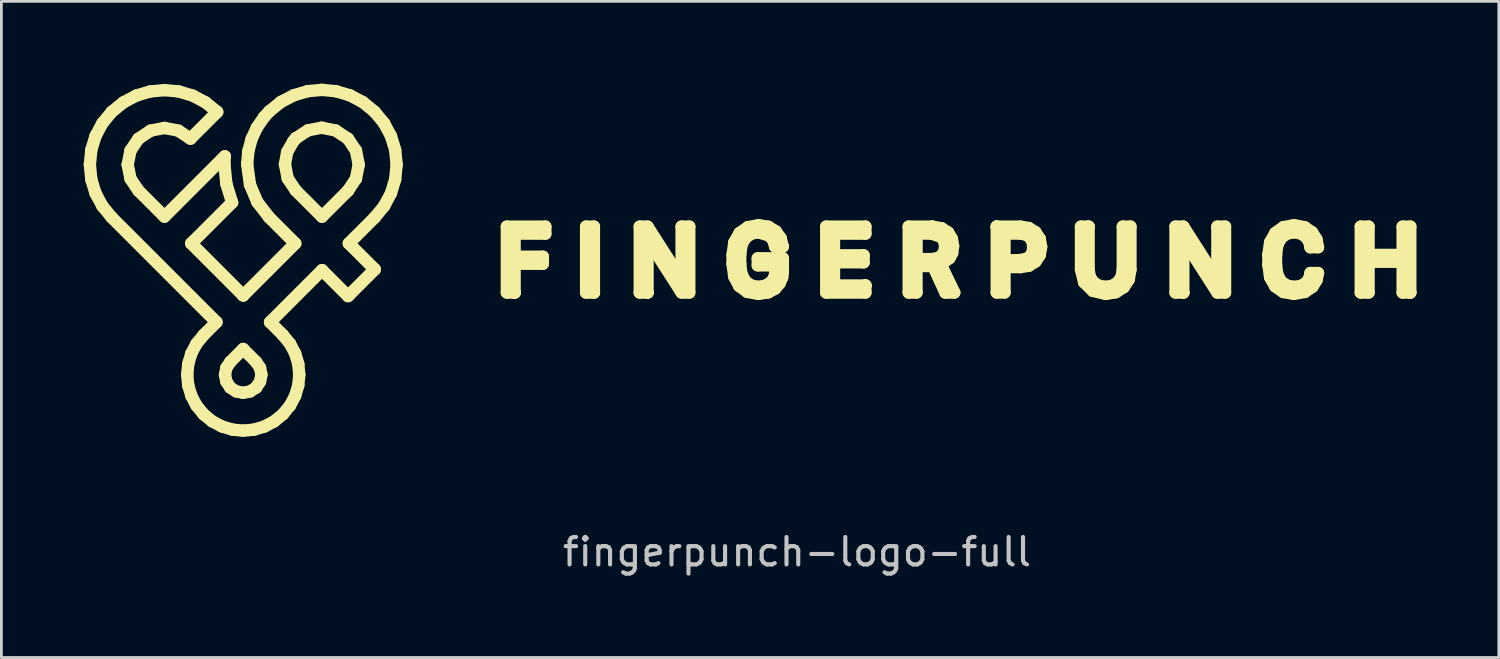
<source format=kicad_pcb>
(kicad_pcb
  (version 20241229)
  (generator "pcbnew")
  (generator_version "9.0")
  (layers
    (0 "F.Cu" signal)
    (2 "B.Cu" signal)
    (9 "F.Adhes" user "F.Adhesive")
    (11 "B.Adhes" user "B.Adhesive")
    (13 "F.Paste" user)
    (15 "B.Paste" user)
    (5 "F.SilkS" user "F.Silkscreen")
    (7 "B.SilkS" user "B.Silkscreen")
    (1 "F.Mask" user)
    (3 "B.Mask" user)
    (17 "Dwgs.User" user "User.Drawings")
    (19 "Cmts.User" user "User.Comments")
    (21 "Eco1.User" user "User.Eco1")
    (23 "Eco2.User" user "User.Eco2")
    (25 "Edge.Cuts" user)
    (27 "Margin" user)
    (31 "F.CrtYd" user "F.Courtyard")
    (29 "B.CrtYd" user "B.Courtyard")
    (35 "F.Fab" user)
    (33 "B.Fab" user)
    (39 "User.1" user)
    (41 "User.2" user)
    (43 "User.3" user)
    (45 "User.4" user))
  (footprint "fingerpunch-logo-full"
    (layer "F.Cu")
    (at 25.591 7.663)
    (property "Reference" "fingerpunch-logo-full" (at 0.4 9.4 0) (unlocked yes) (layer "Dwgs.User") (effects (font (size 1 1) (thickness 0.15))))
    (fp_line (start -25.366 -4.713) (end -25.314 -4.178) (stroke (width 0.45) (type solid)) (layer "F.SilkS"))
    (fp_line (start -25.314 -5.247) (end -25.366 -4.713) (stroke (width 0.45) (type solid)) (layer "F.SilkS"))
    (fp_line (start -25.314 -4.178) (end -25.161 -3.672) (stroke (width 0.45) (type solid)) (layer "F.SilkS"))
    (fp_line (start -25.161 -5.753) (end -25.314 -5.247) (stroke (width 0.45) (type solid)) (layer "F.SilkS"))
    (fp_line (start -25.161 -3.672) (end -24.911 -3.205) (stroke (width 0.45) (type solid)) (layer "F.SilkS"))
    (fp_line (start -24.911 -6.22) (end -25.161 -5.753) (stroke (width 0.45) (type solid)) (layer "F.SilkS"))
    (fp_line (start -24.911 -3.205) (end -24.57 -2.791) (stroke (width 0.45) (type solid)) (layer "F.SilkS"))
    (fp_line (start -24.57 -6.635) (end -24.911 -6.22) (stroke (width 0.45) (type solid)) (layer "F.SilkS"))
    (fp_line (start -24.57 -2.791) (end -20.753 1.026) (stroke (width 0.45) (type solid)) (layer "F.SilkS"))
    (fp_line (start -24.144 -6.982) (end -24.57 -6.635) (stroke (width 0.45) (type solid)) (layer "F.SilkS"))
    (fp_line (start -23.988 -4.713) (end -23.886 -5.226) (stroke (width 0.45) (type solid)) (layer "F.SilkS"))
    (fp_line (start -23.886 -5.226) (end -23.595 -5.659) (stroke (width 0.45) (type solid)) (layer "F.SilkS"))
    (fp_line (start -23.886 -4.2) (end -23.988 -4.713) (stroke (width 0.45) (type solid)) (layer "F.SilkS"))
    (fp_line (start -23.672 -7.231) (end -24.144 -6.982) (stroke (width 0.45) (type solid)) (layer "F.SilkS"))
    (fp_line (start -23.595 -5.659) (end -23.152 -5.953) (stroke (width 0.45) (type solid)) (layer "F.SilkS"))
    (fp_line (start -23.595 -3.766) (end -23.886 -4.2) (stroke (width 0.45) (type solid)) (layer "F.SilkS"))
    (fp_line (start -23.167 -7.38) (end -23.672 -7.231) (stroke (width 0.45) (type solid)) (layer "F.SilkS"))
    (fp_line (start -23.152 -5.953) (end -22.648 -6.051) (stroke (width 0.45) (type solid)) (layer "F.SilkS"))
    (fp_line (start -22.648 -2.819) (end -23.595 -3.766) (stroke (width 0.45) (type solid)) (layer "F.SilkS"))
    (fp_line (start -22.648 -7.429) (end -23.167 -7.38) (stroke (width 0.45) (type solid)) (layer "F.SilkS"))
    (fp_line (start -22.648 -6.051) (end -22.143 -5.953) (stroke (width 0.45) (type solid)) (layer "F.SilkS"))
    (fp_line (start -22.143 -5.953) (end -21.7 -5.659) (stroke (width 0.45) (type solid)) (layer "F.SilkS"))
    (fp_line (start -22.128 -7.38) (end -22.648 -7.429) (stroke (width 0.45) (type solid)) (layer "F.SilkS"))
    (fp_line (start -21.819 2.939) (end -21.781 3.33) (stroke (width 0.45) (type solid)) (layer "F.SilkS"))
    (fp_line (start -21.781 2.549) (end -21.819 2.939) (stroke (width 0.45) (type solid)) (layer "F.SilkS"))
    (fp_line (start -21.781 3.33) (end -21.669 3.708) (stroke (width 0.45) (type solid)) (layer "F.SilkS"))
    (fp_line (start -21.7 -5.659) (end -20.725 -6.635) (stroke (width 0.45) (type solid)) (layer "F.SilkS"))
    (fp_line (start -21.673 -1.842) (end -20.182 -3.334) (stroke (width 0.45) (type solid)) (layer "F.SilkS"))
    (fp_line (start -21.669 2.17) (end -21.781 2.549) (stroke (width 0.45) (type solid)) (layer "F.SilkS"))
    (fp_line (start -21.669 3.708) (end -21.483 4.063) (stroke (width 0.45) (type solid)) (layer "F.SilkS"))
    (fp_line (start -21.624 -7.231) (end -22.128 -7.38) (stroke (width 0.45) (type solid)) (layer "F.SilkS"))
    (fp_line (start -21.483 1.815) (end -21.669 2.17) (stroke (width 0.45) (type solid)) (layer "F.SilkS"))
    (fp_line (start -21.483 4.063) (end -21.222 4.383) (stroke (width 0.45) (type solid)) (layer "F.SilkS"))
    (fp_line (start -21.222 1.495) (end -21.483 1.815) (stroke (width 0.45) (type solid)) (layer "F.SilkS"))
    (fp_line (start -21.222 4.383) (end -20.902 4.645) (stroke (width 0.45) (type solid)) (layer "F.SilkS"))
    (fp_line (start -21.151 -6.982) (end -21.624 -7.231) (stroke (width 0.45) (type solid)) (layer "F.SilkS"))
    (fp_line (start -20.902 4.645) (end -20.546 4.831) (stroke (width 0.45) (type solid)) (layer "F.SilkS"))
    (fp_line (start -20.753 1.026) (end -21.222 1.495) (stroke (width 0.45) (type solid)) (layer "F.SilkS"))
    (fp_line (start -20.725 -6.635) (end -21.151 -6.982) (stroke (width 0.45) (type solid)) (layer "F.SilkS"))
    (fp_line (start -20.546 4.831) (end -20.168 4.943) (stroke (width 0.45) (type solid)) (layer "F.SilkS"))
    (fp_line (start -20.464 -4.734) (end -20.45 -5.017) (stroke (width 0.45) (type solid)) (layer "F.SilkS"))
    (fp_line (start -20.45 -5.017) (end -22.648 -2.819) (stroke (width 0.45) (type solid)) (layer "F.SilkS"))
    (fp_line (start -20.442 2.942) (end -20.393 2.692) (stroke (width 0.45) (type solid)) (layer "F.SilkS"))
    (fp_line (start -20.393 2.692) (end -20.248 2.473) (stroke (width 0.45) (type solid)) (layer "F.SilkS"))
    (fp_line (start -20.393 3.192) (end -20.442 2.942) (stroke (width 0.45) (type solid)) (layer "F.SilkS"))
    (fp_line (start -20.393 -4.014) (end -20.464 -4.734) (stroke (width 0.45) (type solid)) (layer "F.SilkS"))
    (fp_line (start -20.248 2.473) (end -19.78 2.004) (stroke (width 0.45) (type solid)) (layer "F.SilkS"))
    (fp_line (start -20.248 3.411) (end -20.393 3.192) (stroke (width 0.45) (type solid)) (layer "F.SilkS"))
    (fp_line (start -20.182 -3.334) (end -20.393 -4.014) (stroke (width 0.45) (type solid)) (layer "F.SilkS"))
    (fp_line (start -20.168 4.943) (end -19.777 4.98) (stroke (width 0.45) (type solid)) (layer "F.SilkS"))
    (fp_line (start -20.031 3.552) (end -20.248 3.411) (stroke (width 0.45) (type solid)) (layer "F.SilkS"))
    (fp_line (start -19.78 2.004) (end -19.311 2.473) (stroke (width 0.45) (type solid)) (layer "F.SilkS"))
    (fp_line (start -19.779 3.6) (end -20.031 3.552) (stroke (width 0.45) (type solid)) (layer "F.SilkS"))
    (fp_line (start -19.778 0.053) (end -21.673 -1.842) (stroke (width 0.45) (type solid)) (layer "F.SilkS"))
    (fp_line (start -19.778 0.053) (end -19.778 0.053) (stroke (width 0.45) (type solid)) (layer "F.SilkS"))
    (fp_line (start -19.777 4.98) (end -19.386 4.943) (stroke (width 0.45) (type solid)) (layer "F.SilkS"))
    (fp_line (start -19.634 -4.731) (end -19.531 -3.982) (stroke (width 0.45) (type solid)) (layer "F.SilkS"))
    (fp_line (start -19.593 -5.198) (end -19.634 -4.731) (stroke (width 0.45) (type solid)) (layer "F.SilkS"))
    (fp_line (start -19.531 -3.982) (end -19.264 -3.35) (stroke (width 0.45) (type solid)) (layer "F.SilkS"))
    (fp_line (start -19.527 3.552) (end -19.779 3.6) (stroke (width 0.45) (type solid)) (layer "F.SilkS"))
    (fp_line (start -19.474 -5.645) (end -19.593 -5.198) (stroke (width 0.45) (type solid)) (layer "F.SilkS"))
    (fp_line (start -19.386 4.943) (end -19.008 4.831) (stroke (width 0.45) (type solid)) (layer "F.SilkS"))
    (fp_line (start -19.311 2.473) (end -19.164 2.692) (stroke (width 0.45) (type solid)) (layer "F.SilkS"))
    (fp_line (start -19.31 3.411) (end -19.527 3.552) (stroke (width 0.45) (type solid)) (layer "F.SilkS"))
    (fp_line (start -19.31 3.411) (end -19.31 3.411) (stroke (width 0.45) (type solid)) (layer "F.SilkS"))
    (fp_line (start -19.281 -6.063) (end -19.474 -5.645) (stroke (width 0.45) (type solid)) (layer "F.SilkS"))
    (fp_line (start -19.264 -3.35) (end -18.838 -2.799) (stroke (width 0.45) (type solid)) (layer "F.SilkS"))
    (fp_line (start -19.164 2.692) (end -19.115 2.941) (stroke (width 0.45) (type solid)) (layer "F.SilkS"))
    (fp_line (start -19.164 3.191) (end -19.31 3.411) (stroke (width 0.45) (type solid)) (layer "F.SilkS"))
    (fp_line (start -19.115 2.941) (end -19.164 3.191) (stroke (width 0.45) (type solid)) (layer "F.SilkS"))
    (fp_line (start -19.018 -6.445) (end -19.281 -6.063) (stroke (width 0.45) (type solid)) (layer "F.SilkS"))
    (fp_line (start -19.008 4.831) (end -18.653 4.645) (stroke (width 0.45) (type solid)) (layer "F.SilkS"))
    (fp_line (start -18.838 -2.799) (end -17.882 -1.842) (stroke (width 0.45) (type solid)) (layer "F.SilkS"))
    (fp_line (start -18.826 -6.657) (end -19.018 -6.445) (stroke (width 0.45) (type solid)) (layer "F.SilkS"))
    (fp_line (start -18.8 1.026) (end -16.905 -0.869) (stroke (width 0.45) (type solid)) (layer "F.SilkS"))
    (fp_line (start -18.653 4.645) (end -18.332 4.383) (stroke (width 0.45) (type solid)) (layer "F.SilkS"))
    (fp_line (start -18.4 -7) (end -18.826 -6.657) (stroke (width 0.45) (type solid)) (layer "F.SilkS"))
    (fp_line (start -18.332 1.495) (end -18.8 1.026) (stroke (width 0.45) (type solid)) (layer "F.SilkS"))
    (fp_line (start -18.332 4.383) (end -18.071 4.063) (stroke (width 0.45) (type solid)) (layer "F.SilkS"))
    (fp_line (start -18.257 -4.727) (end -18.177 -5.173) (stroke (width 0.45) (type solid)) (layer "F.SilkS"))
    (fp_line (start -18.177 -5.173) (end -17.952 -5.564) (stroke (width 0.45) (type solid)) (layer "F.SilkS"))
    (fp_line (start -18.157 -4.211) (end -18.257 -4.727) (stroke (width 0.45) (type solid)) (layer "F.SilkS"))
    (fp_line (start -18.071 1.815) (end -18.332 1.495) (stroke (width 0.45) (type solid)) (layer "F.SilkS"))
    (fp_line (start -18.071 4.063) (end -17.884 3.708) (stroke (width 0.45) (type solid)) (layer "F.SilkS"))
    (fp_line (start -17.952 -5.564) (end -17.859 -5.675) (stroke (width 0.45) (type solid)) (layer "F.SilkS"))
    (fp_line (start -17.928 -7.244) (end -18.4 -7) (stroke (width 0.45) (type solid)) (layer "F.SilkS"))
    (fp_line (start -17.884 2.17) (end -18.071 1.815) (stroke (width 0.45) (type solid)) (layer "F.SilkS"))
    (fp_line (start -17.884 3.708) (end -17.772 3.33) (stroke (width 0.45) (type solid)) (layer "F.SilkS"))
    (fp_line (start -17.882 -1.842) (end -19.778 0.053) (stroke (width 0.45) (type solid)) (layer "F.SilkS"))
    (fp_line (start -17.865 -3.774) (end -18.157 -4.211) (stroke (width 0.45) (type solid)) (layer "F.SilkS"))
    (fp_line (start -17.859 -5.675) (end -17.856 -5.678) (stroke (width 0.45) (type solid)) (layer "F.SilkS"))
    (fp_line (start -17.856 -5.678) (end -17.419 -5.963) (stroke (width 0.45) (type solid)) (layer "F.SilkS"))
    (fp_line (start -17.772 2.549) (end -17.884 2.17) (stroke (width 0.45) (type solid)) (layer "F.SilkS"))
    (fp_line (start -17.772 3.33) (end -17.735 2.939) (stroke (width 0.45) (type solid)) (layer "F.SilkS"))
    (fp_line (start -17.735 2.939) (end -17.772 2.549) (stroke (width 0.45) (type solid)) (layer "F.SilkS"))
    (fp_line (start -17.425 -7.391) (end -17.928 -7.244) (stroke (width 0.45) (type solid)) (layer "F.SilkS"))
    (fp_line (start -17.419 -5.963) (end -16.922 -6.059) (stroke (width 0.45) (type solid)) (layer "F.SilkS"))
    (fp_line (start -16.922 -6.059) (end -16.412 -5.959) (stroke (width 0.45) (type solid)) (layer "F.SilkS"))
    (fp_line (start -16.908 -2.818) (end -17.865 -3.774) (stroke (width 0.45) (type solid)) (layer "F.SilkS"))
    (fp_line (start -16.907 -7.438) (end -17.425 -7.391) (stroke (width 0.45) (type solid)) (layer "F.SilkS"))
    (fp_line (start -16.905 -0.869) (end -15.958 0.078) (stroke (width 0.45) (type solid)) (layer "F.SilkS"))
    (fp_line (start -16.412 -5.959) (end -15.961 -5.659) (stroke (width 0.45) (type solid)) (layer "F.SilkS"))
    (fp_line (start -16.389 -7.387) (end -16.907 -7.438) (stroke (width 0.45) (type solid)) (layer "F.SilkS"))
    (fp_line (start -15.961 -5.659) (end -15.67 -5.225) (stroke (width 0.45) (type solid)) (layer "F.SilkS"))
    (fp_line (start -15.961 -3.764) (end -16.908 -2.818) (stroke (width 0.45) (type solid)) (layer "F.SilkS"))
    (fp_line (start -15.961 -3.764) (end -15.961 -3.764) (stroke (width 0.45) (type solid)) (layer "F.SilkS"))
    (fp_line (start -15.958 0.078) (end -14.983 -0.897) (stroke (width 0.45) (type solid)) (layer "F.SilkS"))
    (fp_line (start -15.93 -1.844) (end -14.983 -2.791) (stroke (width 0.45) (type solid)) (layer "F.SilkS"))
    (fp_line (start -15.887 -7.238) (end -16.389 -7.387) (stroke (width 0.45) (type solid)) (layer "F.SilkS"))
    (fp_line (start -15.67 -4.2) (end -15.961 -3.764) (stroke (width 0.45) (type solid)) (layer "F.SilkS"))
    (fp_line (start -15.67 -5.225) (end -15.569 -4.713) (stroke (width 0.45) (type solid)) (layer "F.SilkS"))
    (fp_line (start -15.569 -4.713) (end -15.67 -4.2) (stroke (width 0.45) (type solid)) (layer "F.SilkS"))
    (fp_line (start -15.417 -6.99) (end -15.887 -7.238) (stroke (width 0.45) (type solid)) (layer "F.SilkS"))
    (fp_line (start -14.993 -6.644) (end -15.417 -6.99) (stroke (width 0.45) (type solid)) (layer "F.SilkS"))
    (fp_line (start -14.983 -2.791) (end -14.642 -3.206) (stroke (width 0.45) (type solid)) (layer "F.SilkS"))
    (fp_line (start -14.983 -0.897) (end -15.93 -1.844) (stroke (width 0.45) (type solid)) (layer "F.SilkS"))
    (fp_line (start -14.646 -6.224) (end -14.993 -6.644) (stroke (width 0.45) (type solid)) (layer "F.SilkS"))
    (fp_line (start -14.642 -3.206) (end -14.393 -3.672) (stroke (width 0.45) (type solid)) (layer "F.SilkS"))
    (fp_line (start -14.394 -5.755) (end -14.646 -6.224) (stroke (width 0.45) (type solid)) (layer "F.SilkS"))
    (fp_line (start -14.393 -3.672) (end -14.24 -4.179) (stroke (width 0.45) (type solid)) (layer "F.SilkS"))
    (fp_line (start -14.24 -5.247) (end -14.394 -5.755) (stroke (width 0.45) (type solid)) (layer "F.SilkS"))
    (fp_line (start -14.24 -4.179) (end -14.187 -4.713) (stroke (width 0.45) (type solid)) (layer "F.SilkS"))
    (fp_line (start -14.187 -4.713) (end -14.24 -5.247) (stroke (width 0.45) (type solid)) (layer "F.SilkS"))
    (fp_line (start -10.171 -2.455) (end -8.769 -2.455) (stroke (width 0.45) (type solid)) (layer "F.SilkS"))
    (fp_line (start -10.171 -0.053) (end -10.171 -2.455) (stroke (width 0.45) (type solid)) (layer "F.SilkS"))
    (fp_line (start -9.889 -2.199) (end -9.889 -1.358) (stroke (width 0.45) (type solid)) (layer "F.SilkS"))
    (fp_line (start -9.889 -1.358) (end -8.859 -1.358) (stroke (width 0.45) (type solid)) (layer "F.SilkS"))
    (fp_line (start -9.889 -1.102) (end -9.889 -0.053) (stroke (width 0.45) (type solid)) (layer "F.SilkS"))
    (fp_line (start -9.889 -0.053) (end -9.888 -0.053) (stroke (width 0.45) (type solid)) (layer "F.SilkS"))
    (fp_line (start -9.888 -0.053) (end -10.171 -0.053) (stroke (width 0.45) (type solid)) (layer "F.SilkS"))
    (fp_line (start -9.888 -0.053) (end -9.888 -0.053) (stroke (width 0.45) (type solid)) (layer "F.SilkS"))
    (fp_line (start -8.859 -1.358) (end -8.859 -1.102) (stroke (width 0.45) (type solid)) (layer "F.SilkS"))
    (fp_line (start -8.859 -1.102) (end -9.889 -1.102) (stroke (width 0.45) (type solid)) (layer "F.SilkS"))
    (fp_line (start -8.769 -2.455) (end -8.769 -2.199) (stroke (width 0.45) (type solid)) (layer "F.SilkS"))
    (fp_line (start -8.769 -2.199) (end -9.889 -2.199) (stroke (width 0.45) (type solid)) (layer "F.SilkS"))
    (fp_line (start -7.283 -2.455) (end -6.999 -2.455) (stroke (width 0.45) (type solid)) (layer "F.SilkS"))
    (fp_line (start -7.283 -0.053) (end -7.283 -2.455) (stroke (width 0.45) (type solid)) (layer "F.SilkS"))
    (fp_line (start -6.999 -2.455) (end -6.999 -0.053) (stroke (width 0.45) (type solid)) (layer "F.SilkS"))
    (fp_line (start -6.999 -0.053) (end -7.283 -0.053) (stroke (width 0.45) (type solid)) (layer "F.SilkS"))
    (fp_line (start -6.999 -0.053) (end -6.999 -0.053) (stroke (width 0.45) (type solid)) (layer "F.SilkS"))
    (fp_line (start -5.328 -2.455) (end -5.045 -2.455) (stroke (width 0.45) (type solid)) (layer "F.SilkS"))
    (fp_line (start -5.328 -0.053) (end -5.328 -2.455) (stroke (width 0.45) (type solid)) (layer "F.SilkS"))
    (fp_line (start -5.045 -2.455) (end -3.816 -0.534) (stroke (width 0.45) (type solid)) (layer "F.SilkS"))
    (fp_line (start -5.045 -1.974) (end -5.045 -0.053) (stroke (width 0.45) (type solid)) (layer "F.SilkS"))
    (fp_line (start -5.045 -0.053) (end -5.328 -0.053) (stroke (width 0.45) (type solid)) (layer "F.SilkS"))
    (fp_line (start -5.045 -0.053) (end -5.045 -0.053) (stroke (width 0.45) (type solid)) (layer "F.SilkS"))
    (fp_line (start -5.045 -0.053) (end -5.045 -0.053) (stroke (width 0.45) (type solid)) (layer "F.SilkS"))
    (fp_line (start -5.035 -1.974) (end -5.045 -1.974) (stroke (width 0.45) (type solid)) (layer "F.SilkS"))
    (fp_line (start -3.816 -0.534) (end -3.803 -0.534) (stroke (width 0.45) (type solid)) (layer "F.SilkS"))
    (fp_line (start -3.803 -2.455) (end -3.524 -2.455) (stroke (width 0.45) (type solid)) (layer "F.SilkS"))
    (fp_line (start -3.803 -0.534) (end -3.803 -2.455) (stroke (width 0.45) (type solid)) (layer "F.SilkS"))
    (fp_line (start -3.803 -0.053) (end -5.035 -1.974) (stroke (width 0.45) (type solid)) (layer "F.SilkS"))
    (fp_line (start -3.524 -2.455) (end -3.524 -0.053) (stroke (width 0.45) (type solid)) (layer "F.SilkS"))
    (fp_line (start -3.524 -0.053) (end -3.803 -0.053) (stroke (width 0.45) (type solid)) (layer "F.SilkS"))
    (fp_line (start -1.946 -1.429) (end -1.882 -1.882) (stroke (width 0.45) (type solid)) (layer "F.SilkS"))
    (fp_line (start -1.946 -1.093) (end -1.946 -1.429) (stroke (width 0.45) (type solid)) (layer "F.SilkS"))
    (fp_line (start -1.886 -0.636) (end -1.946 -1.093) (stroke (width 0.45) (type solid)) (layer "F.SilkS"))
    (fp_line (start -1.882 -1.882) (end -1.688 -2.222) (stroke (width 0.45) (type solid)) (layer "F.SilkS"))
    (fp_line (start -1.705 -0.292) (end -1.886 -0.636) (stroke (width 0.45) (type solid)) (layer "F.SilkS"))
    (fp_line (start -1.688 -2.222) (end -1.385 -2.435) (stroke (width 0.45) (type solid)) (layer "F.SilkS"))
    (fp_line (start -1.667 -1.093) (end -1.624 -0.742) (stroke (width 0.45) (type solid)) (layer "F.SilkS"))
    (fp_line (start -1.667 -1.429) (end -1.667 -1.093) (stroke (width 0.45) (type solid)) (layer "F.SilkS"))
    (fp_line (start -1.624 -0.742) (end -1.497 -0.478) (stroke (width 0.45) (type solid)) (layer "F.SilkS"))
    (fp_line (start -1.62 -1.791) (end -1.667 -1.429) (stroke (width 0.45) (type solid)) (layer "F.SilkS"))
    (fp_line (start -1.497 -0.478) (end -1.29 -0.314) (stroke (width 0.45) (type solid)) (layer "F.SilkS"))
    (fp_line (start -1.48 -2.047) (end -1.62 -1.791) (stroke (width 0.45) (type solid)) (layer "F.SilkS"))
    (fp_line (start -1.409 -0.076) (end -1.705 -0.292) (stroke (width 0.45) (type solid)) (layer "F.SilkS"))
    (fp_line (start -1.385 -2.435) (end -0.995 -2.506) (stroke (width 0.45) (type solid)) (layer "F.SilkS"))
    (fp_line (start -1.29 -0.314) (end -1.008 -0.259) (stroke (width 0.45) (type solid)) (layer "F.SilkS"))
    (fp_line (start -1.266 -2.199) (end -1.48 -2.047) (stroke (width 0.45) (type solid)) (layer "F.SilkS"))
    (fp_line (start -1.027 -1.299) (end -0.113 -1.299) (stroke (width 0.45) (type solid)) (layer "F.SilkS"))
    (fp_line (start -1.027 -1.044) (end -1.027 -1.299) (stroke (width 0.45) (type solid)) (layer "F.SilkS"))
    (fp_line (start -1.008 -0.259) (end -0.762 -0.297) (stroke (width 0.45) (type solid)) (layer "F.SilkS"))
    (fp_line (start -1.003 -0.004) (end -1.409 -0.076) (stroke (width 0.45) (type solid)) (layer "F.SilkS"))
    (fp_line (start -1.001 -2.25) (end -1.266 -2.199) (stroke (width 0.45) (type solid)) (layer "F.SilkS"))
    (fp_line (start -0.995 -2.506) (end -0.643 -2.45) (stroke (width 0.45) (type solid)) (layer "F.SilkS"))
    (fp_line (start -0.762 -0.297) (end -0.562 -0.41) (stroke (width 0.45) (type solid)) (layer "F.SilkS"))
    (fp_line (start -0.652 -0.057) (end -1.003 -0.004) (stroke (width 0.45) (type solid)) (layer "F.SilkS"))
    (fp_line (start -0.643 -2.45) (end -0.373 -2.284) (stroke (width 0.45) (type solid)) (layer "F.SilkS"))
    (fp_line (start -0.597 -2.12) (end -1.001 -2.25) (stroke (width 0.45) (type solid)) (layer "F.SilkS"))
    (fp_line (start -0.562 -0.41) (end -0.428 -0.583) (stroke (width 0.45) (type solid)) (layer "F.SilkS"))
    (fp_line (start -0.462 -1.958) (end -0.597 -2.12) (stroke (width 0.45) (type solid)) (layer "F.SilkS"))
    (fp_line (start -0.428 -0.583) (end -0.384 -0.801) (stroke (width 0.45) (type solid)) (layer "F.SilkS"))
    (fp_line (start -0.397 -0.194) (end -0.652 -0.057) (stroke (width 0.45) (type solid)) (layer "F.SilkS"))
    (fp_line (start -0.395 -1.728) (end -0.462 -1.958) (stroke (width 0.45) (type solid)) (layer "F.SilkS"))
    (fp_line (start -0.384 -0.801) (end -0.384 -1.044) (stroke (width 0.45) (type solid)) (layer "F.SilkS"))
    (fp_line (start -0.384 -1.044) (end -1.027 -1.044) (stroke (width 0.45) (type solid)) (layer "F.SilkS"))
    (fp_line (start -0.373 -2.284) (end -0.193 -2.034) (stroke (width 0.45) (type solid)) (layer "F.SilkS"))
    (fp_line (start -0.232 -0.388) (end -0.397 -0.194) (stroke (width 0.45) (type solid)) (layer "F.SilkS"))
    (fp_line (start -0.193 -2.034) (end -0.119 -1.728) (stroke (width 0.45) (type solid)) (layer "F.SilkS"))
    (fp_line (start -0.14 -0.601) (end -0.232 -0.388) (stroke (width 0.45) (type solid)) (layer "F.SilkS"))
    (fp_line (start -0.119 -1.728) (end -0.395 -1.728) (stroke (width 0.45) (type solid)) (layer "F.SilkS"))
    (fp_line (start -0.119 -1.728) (end -0.119 -1.728) (stroke (width 0.45) (type solid)) (layer "F.SilkS"))
    (fp_line (start -0.113 -1.299) (end -0.113 -0.801) (stroke (width 0.45) (type solid)) (layer "F.SilkS"))
    (fp_line (start -0.113 -0.801) (end -0.14 -0.601) (stroke (width 0.45) (type solid)) (layer "F.SilkS"))
    (fp_line (start 1.467 -2.455) (end 2.894 -2.455) (stroke (width 0.45) (type solid)) (layer "F.SilkS"))
    (fp_line (start 1.467 -0.053) (end 1.467 -2.455) (stroke (width 0.45) (type solid)) (layer "F.SilkS"))
    (fp_line (start 1.75 -2.199) (end 1.75 -1.409) (stroke (width 0.45) (type solid)) (layer "F.SilkS"))
    (fp_line (start 1.75 -1.409) (end 2.829 -1.409) (stroke (width 0.45) (type solid)) (layer "F.SilkS"))
    (fp_line (start 1.75 -1.154) (end 1.75 -0.309) (stroke (width 0.45) (type solid)) (layer "F.SilkS"))
    (fp_line (start 1.75 -0.309) (end 2.894 -0.309) (stroke (width 0.45) (type solid)) (layer "F.SilkS"))
    (fp_line (start 2.829 -1.409) (end 2.829 -1.154) (stroke (width 0.45) (type solid)) (layer "F.SilkS"))
    (fp_line (start 2.829 -1.154) (end 1.75 -1.154) (stroke (width 0.45) (type solid)) (layer "F.SilkS"))
    (fp_line (start 2.894 -2.455) (end 2.894 -2.199) (stroke (width 0.45) (type solid)) (layer "F.SilkS"))
    (fp_line (start 2.894 -2.199) (end 1.75 -2.199) (stroke (width 0.45) (type solid)) (layer "F.SilkS"))
    (fp_line (start 2.894 -0.309) (end 2.894 -0.309) (stroke (width 0.45) (type solid)) (layer "F.SilkS"))
    (fp_line (start 2.894 -0.309) (end 2.894 -0.309) (stroke (width 0.45) (type solid)) (layer "F.SilkS"))
    (fp_line (start 2.894 -0.309) (end 2.894 -0.053) (stroke (width 0.45) (type solid)) (layer "F.SilkS"))
    (fp_line (start 2.894 -0.053) (end 1.467 -0.053) (stroke (width 0.45) (type solid)) (layer "F.SilkS"))
    (fp_line (start 4.473 -2.455) (end 5.33 -2.455) (stroke (width 0.45) (type solid)) (layer "F.SilkS"))
    (fp_line (start 4.473 -0.053) (end 4.473 -2.455) (stroke (width 0.45) (type solid)) (layer "F.SilkS"))
    (fp_line (start 4.757 -1.018) (end 4.757 -0.053) (stroke (width 0.45) (type solid)) (layer "F.SilkS"))
    (fp_line (start 4.757 -0.053) (end 4.473 -0.053) (stroke (width 0.45) (type solid)) (layer "F.SilkS"))
    (fp_line (start 4.758 -1.27) (end 4.758 -1.27) (stroke (width 0.45) (type solid)) (layer "F.SilkS"))
    (fp_line (start 4.758 -1.27) (end 4.758 -1.27) (stroke (width 0.45) (type solid)) (layer "F.SilkS"))
    (fp_line (start 4.758 -1.27) (end 5.283 -1.27) (stroke (width 0.45) (type solid)) (layer "F.SilkS"))
    (fp_line (start 4.76 -2.202) (end 4.758 -1.27) (stroke (width 0.45) (type solid)) (layer "F.SilkS"))
    (fp_line (start 5.283 -1.27) (end 5.508 -1.299) (stroke (width 0.45) (type solid)) (layer "F.SilkS"))
    (fp_line (start 5.297 -2.202) (end 4.76 -2.202) (stroke (width 0.45) (type solid)) (layer "F.SilkS"))
    (fp_line (start 5.33 -2.455) (end 5.33 -2.455) (stroke (width 0.45) (type solid)) (layer "F.SilkS"))
    (fp_line (start 5.33 -2.455) (end 5.671 -2.396) (stroke (width 0.45) (type solid)) (layer "F.SilkS"))
    (fp_line (start 5.364 -1.018) (end 4.757 -1.018) (stroke (width 0.45) (type solid)) (layer "F.SilkS"))
    (fp_line (start 5.508 -1.299) (end 5.67 -1.388) (stroke (width 0.45) (type solid)) (layer "F.SilkS"))
    (fp_line (start 5.641 -1.076) (end 6.133 -0.053) (stroke (width 0.45) (type solid)) (layer "F.SilkS"))
    (fp_line (start 5.667 -2.079) (end 5.297 -2.202) (stroke (width 0.45) (type solid)) (layer "F.SilkS"))
    (fp_line (start 5.67 -1.388) (end 5.768 -1.531) (stroke (width 0.45) (type solid)) (layer "F.SilkS"))
    (fp_line (start 5.671 -2.396) (end 5.911 -2.237) (stroke (width 0.45) (type solid)) (layer "F.SilkS"))
    (fp_line (start 5.767 -1.929) (end 5.667 -2.079) (stroke (width 0.45) (type solid)) (layer "F.SilkS"))
    (fp_line (start 5.768 -1.531) (end 5.801 -1.724) (stroke (width 0.45) (type solid)) (layer "F.SilkS"))
    (fp_line (start 5.801 -1.724) (end 5.767 -1.929) (stroke (width 0.45) (type solid)) (layer "F.SilkS"))
    (fp_line (start 5.809 -0.053) (end 5.364 -1.018) (stroke (width 0.45) (type solid)) (layer "F.SilkS"))
    (fp_line (start 5.911 -2.237) (end 6.045 -2.013) (stroke (width 0.45) (type solid)) (layer "F.SilkS"))
    (fp_line (start 5.96 -1.31) (end 5.641 -1.076) (stroke (width 0.45) (type solid)) (layer "F.SilkS"))
    (fp_line (start 6.045 -2.013) (end 6.09 -1.745) (stroke (width 0.45) (type solid)) (layer "F.SilkS"))
    (fp_line (start 6.058 -1.501) (end 5.96 -1.31) (stroke (width 0.45) (type solid)) (layer "F.SilkS"))
    (fp_line (start 6.09 -1.745) (end 6.058 -1.501) (stroke (width 0.45) (type solid)) (layer "F.SilkS"))
    (fp_line (start 6.133 -0.053) (end 5.809 -0.053) (stroke (width 0.45) (type solid)) (layer "F.SilkS"))
    (fp_line (start 7.681 -2.455) (end 7.681 -2.455) (stroke (width 0.45) (type solid)) (layer "F.SilkS"))
    (fp_line (start 7.681 -2.455) (end 7.681 -2.455) (stroke (width 0.45) (type solid)) (layer "F.SilkS"))
    (fp_line (start 7.681 -2.455) (end 8.543 -2.455) (stroke (width 0.45) (type solid)) (layer "F.SilkS"))
    (fp_line (start 7.681 -0.055) (end 7.681 -2.455) (stroke (width 0.45) (type solid)) (layer "F.SilkS"))
    (fp_line (start 7.964 -2.202) (end 7.964 -2.202) (stroke (width 0.45) (type solid)) (layer "F.SilkS"))
    (fp_line (start 7.964 -2.202) (end 7.964 -2.202) (stroke (width 0.45) (type solid)) (layer "F.SilkS"))
    (fp_line (start 7.964 -2.202) (end 7.964 -1.229) (stroke (width 0.45) (type solid)) (layer "F.SilkS"))
    (fp_line (start 7.964 -1.229) (end 8.341 -1.229) (stroke (width 0.45) (type solid)) (layer "F.SilkS"))
    (fp_line (start 7.964 -0.979) (end 7.964 -0.055) (stroke (width 0.45) (type solid)) (layer "F.SilkS"))
    (fp_line (start 7.964 -0.055) (end 7.681 -0.055) (stroke (width 0.45) (type solid)) (layer "F.SilkS"))
    (fp_line (start 8.341 -1.229) (end 8.538 -1.237) (stroke (width 0.45) (type solid)) (layer "F.SilkS"))
    (fp_line (start 8.534 -2.201) (end 7.964 -2.202) (stroke (width 0.45) (type solid)) (layer "F.SilkS"))
    (fp_line (start 8.538 -1.237) (end 8.704 -1.264) (stroke (width 0.45) (type solid)) (layer "F.SilkS"))
    (fp_line (start 8.543 -2.455) (end 8.849 -2.404) (stroke (width 0.45) (type solid)) (layer "F.SilkS"))
    (fp_line (start 8.543 -0.979) (end 7.964 -0.979) (stroke (width 0.45) (type solid)) (layer "F.SilkS"))
    (fp_line (start 8.704 -1.264) (end 8.836 -1.317) (stroke (width 0.45) (type solid)) (layer "F.SilkS"))
    (fp_line (start 8.737 -2.168) (end 8.534 -2.201) (stroke (width 0.45) (type solid)) (layer "F.SilkS"))
    (fp_line (start 8.836 -1.317) (end 8.932 -1.406) (stroke (width 0.45) (type solid)) (layer "F.SilkS"))
    (fp_line (start 8.849 -1.029) (end 8.543 -0.979) (stroke (width 0.45) (type solid)) (layer "F.SilkS"))
    (fp_line (start 8.849 -2.404) (end 9.09 -2.252) (stroke (width 0.45) (type solid)) (layer "F.SilkS"))
    (fp_line (start 8.887 -2.072) (end 8.737 -2.168) (stroke (width 0.45) (type solid)) (layer "F.SilkS"))
    (fp_line (start 8.932 -1.406) (end 8.993 -1.536) (stroke (width 0.45) (type solid)) (layer "F.SilkS"))
    (fp_line (start 8.98 -1.919) (end 8.887 -2.072) (stroke (width 0.45) (type solid)) (layer "F.SilkS"))
    (fp_line (start 8.993 -1.536) (end 9.011 -1.713) (stroke (width 0.45) (type solid)) (layer "F.SilkS"))
    (fp_line (start 9.011 -1.713) (end 8.98 -1.919) (stroke (width 0.45) (type solid)) (layer "F.SilkS"))
    (fp_line (start 9.09 -2.252) (end 9.247 -2.016) (stroke (width 0.45) (type solid)) (layer "F.SilkS"))
    (fp_line (start 9.09 -1.181) (end 8.849 -1.029) (stroke (width 0.45) (type solid)) (layer "F.SilkS"))
    (fp_line (start 9.247 -2.016) (end 9.299 -1.715) (stroke (width 0.45) (type solid)) (layer "F.SilkS"))
    (fp_line (start 9.247 -1.415) (end 9.09 -1.181) (stroke (width 0.45) (type solid)) (layer "F.SilkS"))
    (fp_line (start 9.299 -1.715) (end 9.247 -1.415) (stroke (width 0.45) (type solid)) (layer "F.SilkS"))
    (fp_line (start 10.751 -2.455) (end 11.029 -2.455) (stroke (width 0.45) (type solid)) (layer "F.SilkS"))
    (fp_line (start 10.751 -0.894) (end 10.751 -2.455) (stroke (width 0.45) (type solid)) (layer "F.SilkS"))
    (fp_line (start 10.864 -0.428) (end 10.751 -0.894) (stroke (width 0.45) (type solid)) (layer "F.SilkS"))
    (fp_line (start 11.029 -2.455) (end 11.029 -2.455) (stroke (width 0.45) (type solid)) (layer "F.SilkS"))
    (fp_line (start 11.029 -2.455) (end 11.029 -0.887) (stroke (width 0.45) (type solid)) (layer "F.SilkS"))
    (fp_line (start 11.029 -0.887) (end 11.071 -0.63) (stroke (width 0.45) (type solid)) (layer "F.SilkS"))
    (fp_line (start 11.071 -0.63) (end 11.197 -0.43) (stroke (width 0.45) (type solid)) (layer "F.SilkS"))
    (fp_line (start 11.182 -0.114) (end 10.864 -0.428) (stroke (width 0.45) (type solid)) (layer "F.SilkS"))
    (fp_line (start 11.197 -0.43) (end 11.395 -0.302) (stroke (width 0.45) (type solid)) (layer "F.SilkS"))
    (fp_line (start 11.395 -0.302) (end 11.651 -0.259) (stroke (width 0.45) (type solid)) (layer "F.SilkS"))
    (fp_line (start 11.651 -0.259) (end 11.906 -0.302) (stroke (width 0.45) (type solid)) (layer "F.SilkS"))
    (fp_line (start 11.651 -0.002) (end 11.182 -0.114) (stroke (width 0.45) (type solid)) (layer "F.SilkS"))
    (fp_line (start 11.906 -0.302) (end 12.104 -0.43) (stroke (width 0.45) (type solid)) (layer "F.SilkS"))
    (fp_line (start 12.017 -0.063) (end 11.651 -0.002) (stroke (width 0.45) (type solid)) (layer "F.SilkS"))
    (fp_line (start 12.104 -0.43) (end 12.231 -0.63) (stroke (width 0.45) (type solid)) (layer "F.SilkS"))
    (fp_line (start 12.231 -0.63) (end 12.274 -0.887) (stroke (width 0.45) (type solid)) (layer "F.SilkS"))
    (fp_line (start 12.274 -0.887) (end 12.274 -2.455) (stroke (width 0.45) (type solid)) (layer "F.SilkS"))
    (fp_line (start 12.274 -2.455) (end 12.553 -2.455) (stroke (width 0.45) (type solid)) (layer "F.SilkS"))
    (fp_line (start 12.305 -0.246) (end 12.017 -0.063) (stroke (width 0.45) (type solid)) (layer "F.SilkS"))
    (fp_line (start 12.491 -0.529) (end 12.305 -0.246) (stroke (width 0.45) (type solid)) (layer "F.SilkS"))
    (fp_line (start 12.553 -2.455) (end 12.553 -0.887) (stroke (width 0.45) (type solid)) (layer "F.SilkS"))
    (fp_line (start 12.553 -0.887) (end 12.491 -0.529) (stroke (width 0.45) (type solid)) (layer "F.SilkS"))
    (fp_line (start 14.196 -2.455) (end 14.479 -2.455) (stroke (width 0.45) (type solid)) (layer "F.SilkS"))
    (fp_line (start 14.196 -0.053) (end 14.196 -2.455) (stroke (width 0.45) (type solid)) (layer "F.SilkS"))
    (fp_line (start 14.479 -2.455) (end 15.708 -0.534) (stroke (width 0.45) (type solid)) (layer "F.SilkS"))
    (fp_line (start 14.479 -1.974) (end 14.479 -0.053) (stroke (width 0.45) (type solid)) (layer "F.SilkS"))
    (fp_line (start 14.479 -0.053) (end 14.196 -0.053) (stroke (width 0.45) (type solid)) (layer "F.SilkS"))
    (fp_line (start 14.479 -0.053) (end 14.479 -0.053) (stroke (width 0.45) (type solid)) (layer "F.SilkS"))
    (fp_line (start 14.479 -0.053) (end 14.479 -0.053) (stroke (width 0.45) (type solid)) (layer "F.SilkS"))
    (fp_line (start 14.489 -1.974) (end 14.479 -1.974) (stroke (width 0.45) (type solid)) (layer "F.SilkS"))
    (fp_line (start 15.708 -0.534) (end 15.721 -0.534) (stroke (width 0.45) (type solid)) (layer "F.SilkS"))
    (fp_line (start 15.721 -2.455) (end 16 -2.455) (stroke (width 0.45) (type solid)) (layer "F.SilkS"))
    (fp_line (start 15.721 -0.534) (end 15.721 -2.455) (stroke (width 0.45) (type solid)) (layer "F.SilkS"))
    (fp_line (start 15.721 -0.053) (end 14.489 -1.974) (stroke (width 0.45) (type solid)) (layer "F.SilkS"))
    (fp_line (start 16 -2.455) (end 16 -0.053) (stroke (width 0.45) (type solid)) (layer "F.SilkS"))
    (fp_line (start 16 -0.053) (end 15.721 -0.053) (stroke (width 0.45) (type solid)) (layer "F.SilkS"))
    (fp_line (start 17.579 -1.429) (end 17.643 -1.882) (stroke (width 0.45) (type solid)) (layer "F.SilkS"))
    (fp_line (start 17.579 -1.065) (end 17.579 -1.429) (stroke (width 0.45) (type solid)) (layer "F.SilkS"))
    (fp_line (start 17.642 -0.611) (end 17.579 -1.065) (stroke (width 0.45) (type solid)) (layer "F.SilkS"))
    (fp_line (start 17.643 -1.882) (end 17.832 -2.222) (stroke (width 0.45) (type solid)) (layer "F.SilkS"))
    (fp_line (start 17.829 -0.277) (end 17.642 -0.611) (stroke (width 0.45) (type solid)) (layer "F.SilkS"))
    (fp_line (start 17.832 -2.222) (end 18.128 -2.435) (stroke (width 0.45) (type solid)) (layer "F.SilkS"))
    (fp_line (start 17.859 -1.422) (end 17.859 -1.422) (stroke (width 0.45) (type solid)) (layer "F.SilkS"))
    (fp_line (start 17.859 -1.422) (end 17.859 -1.069) (stroke (width 0.45) (type solid)) (layer "F.SilkS"))
    (fp_line (start 17.859 -1.069) (end 17.903 -0.714) (stroke (width 0.45) (type solid)) (layer "F.SilkS"))
    (fp_line (start 17.903 -0.714) (end 18.035 -0.46) (stroke (width 0.45) (type solid)) (layer "F.SilkS"))
    (fp_line (start 17.903 -1.776) (end 17.859 -1.422) (stroke (width 0.45) (type solid)) (layer "F.SilkS"))
    (fp_line (start 18.035 -0.46) (end 18.245 -0.308) (stroke (width 0.45) (type solid)) (layer "F.SilkS"))
    (fp_line (start 18.037 -2.037) (end 17.903 -1.776) (stroke (width 0.45) (type solid)) (layer "F.SilkS"))
    (fp_line (start 18.124 -0.072) (end 17.829 -0.277) (stroke (width 0.45) (type solid)) (layer "F.SilkS"))
    (fp_line (start 18.128 -2.435) (end 18.511 -2.506) (stroke (width 0.45) (type solid)) (layer "F.SilkS"))
    (fp_line (start 18.244 -2.197) (end 18.037 -2.037) (stroke (width 0.45) (type solid)) (layer "F.SilkS"))
    (fp_line (start 18.245 -0.308) (end 18.522 -0.258) (stroke (width 0.45) (type solid)) (layer "F.SilkS"))
    (fp_line (start 18.508 -0.004) (end 18.124 -0.072) (stroke (width 0.45) (type solid)) (layer "F.SilkS"))
    (fp_line (start 18.511 -2.25) (end 18.244 -2.197) (stroke (width 0.45) (type solid)) (layer "F.SilkS"))
    (fp_line (start 18.511 -2.506) (end 18.896 -2.435) (stroke (width 0.45) (type solid)) (layer "F.SilkS"))
    (fp_line (start 18.522 -0.258) (end 18.769 -0.295) (stroke (width 0.45) (type solid)) (layer "F.SilkS"))
    (fp_line (start 18.758 -2.208) (end 18.511 -2.25) (stroke (width 0.45) (type solid)) (layer "F.SilkS"))
    (fp_line (start 18.769 -0.295) (end 18.955 -0.404) (stroke (width 0.45) (type solid)) (layer "F.SilkS"))
    (fp_line (start 18.896 -2.435) (end 19.171 -2.247) (stroke (width 0.45) (type solid)) (layer "F.SilkS"))
    (fp_line (start 18.906 -0.074) (end 18.508 -0.004) (stroke (width 0.45) (type solid)) (layer "F.SilkS"))
    (fp_line (start 18.948 -2.084) (end 18.758 -2.208) (stroke (width 0.45) (type solid)) (layer "F.SilkS"))
    (fp_line (start 18.955 -0.404) (end 19.072 -0.567) (stroke (width 0.45) (type solid)) (layer "F.SilkS"))
    (fp_line (start 19.07 -1.906) (end 18.948 -2.084) (stroke (width 0.45) (type solid)) (layer "F.SilkS"))
    (fp_line (start 19.072 -0.567) (end 19.111 -0.763) (stroke (width 0.45) (type solid)) (layer "F.SilkS"))
    (fp_line (start 19.111 -1.703) (end 19.07 -1.906) (stroke (width 0.45) (type solid)) (layer "F.SilkS"))
    (fp_line (start 19.111 -0.763) (end 19.387 -0.763) (stroke (width 0.45) (type solid)) (layer "F.SilkS"))
    (fp_line (start 19.171 -2.247) (end 19.332 -1.989) (stroke (width 0.45) (type solid)) (layer "F.SilkS"))
    (fp_line (start 19.181 -0.261) (end 18.906 -0.074) (stroke (width 0.45) (type solid)) (layer "F.SilkS"))
    (fp_line (start 19.332 -1.989) (end 19.387 -1.703) (stroke (width 0.45) (type solid)) (layer "F.SilkS"))
    (fp_line (start 19.335 -0.506) (end 19.181 -0.261) (stroke (width 0.45) (type solid)) (layer "F.SilkS"))
    (fp_line (start 19.387 -1.703) (end 19.111 -1.703) (stroke (width 0.45) (type solid)) (layer "F.SilkS"))
    (fp_line (start 19.387 -0.763) (end 19.335 -0.506) (stroke (width 0.45) (type solid)) (layer "F.SilkS"))
    (fp_line (start 20.946 -2.455) (end 21.23 -2.455) (stroke (width 0.45) (type solid)) (layer "F.SilkS"))
    (fp_line (start 20.946 -0.053) (end 20.946 -2.455) (stroke (width 0.45) (type solid)) (layer "F.SilkS"))
    (fp_line (start 21.23 -2.455) (end 21.23 -1.425) (stroke (width 0.45) (type solid)) (layer "F.SilkS"))
    (fp_line (start 21.23 -1.425) (end 22.472 -1.425) (stroke (width 0.45) (type solid)) (layer "F.SilkS"))
    (fp_line (start 21.23 -1.174) (end 21.23 -0.053) (stroke (width 0.45) (type solid)) (layer "F.SilkS"))
    (fp_line (start 21.23 -0.053) (end 20.946 -0.053) (stroke (width 0.45) (type solid)) (layer "F.SilkS"))
    (fp_line (start 22.472 -2.455) (end 22.751 -2.455) (stroke (width 0.45) (type solid)) (layer "F.SilkS"))
    (fp_line (start 22.472 -1.425) (end 22.472 -2.455) (stroke (width 0.45) (type solid)) (layer "F.SilkS"))
    (fp_line (start 22.472 -1.174) (end 21.23 -1.174) (stroke (width 0.45) (type solid)) (layer "F.SilkS"))
    (fp_line (start 22.472 -0.053) (end 22.472 -1.174) (stroke (width 0.45) (type solid)) (layer "F.SilkS"))
    (fp_line (start 22.751 -2.455) (end 22.751 -0.053) (stroke (width 0.45) (type solid)) (layer "F.SilkS"))
    (fp_line (start 22.751 -0.053) (end 22.472 -0.053) (stroke (width 0.45) (type solid)) (layer "F.SilkS"))
    (fp_line (start 22.751 -0.053) (end 22.751 -0.053) (stroke (width 0.45) (type solid)) (layer "F.SilkS")))
  (gr_rect
    (start -3 -3)
    (end 51.567 20.911)
    (stroke (width 0.1) (type default))
    (fill no)
    (layer "Edge.Cuts")))
</source>
